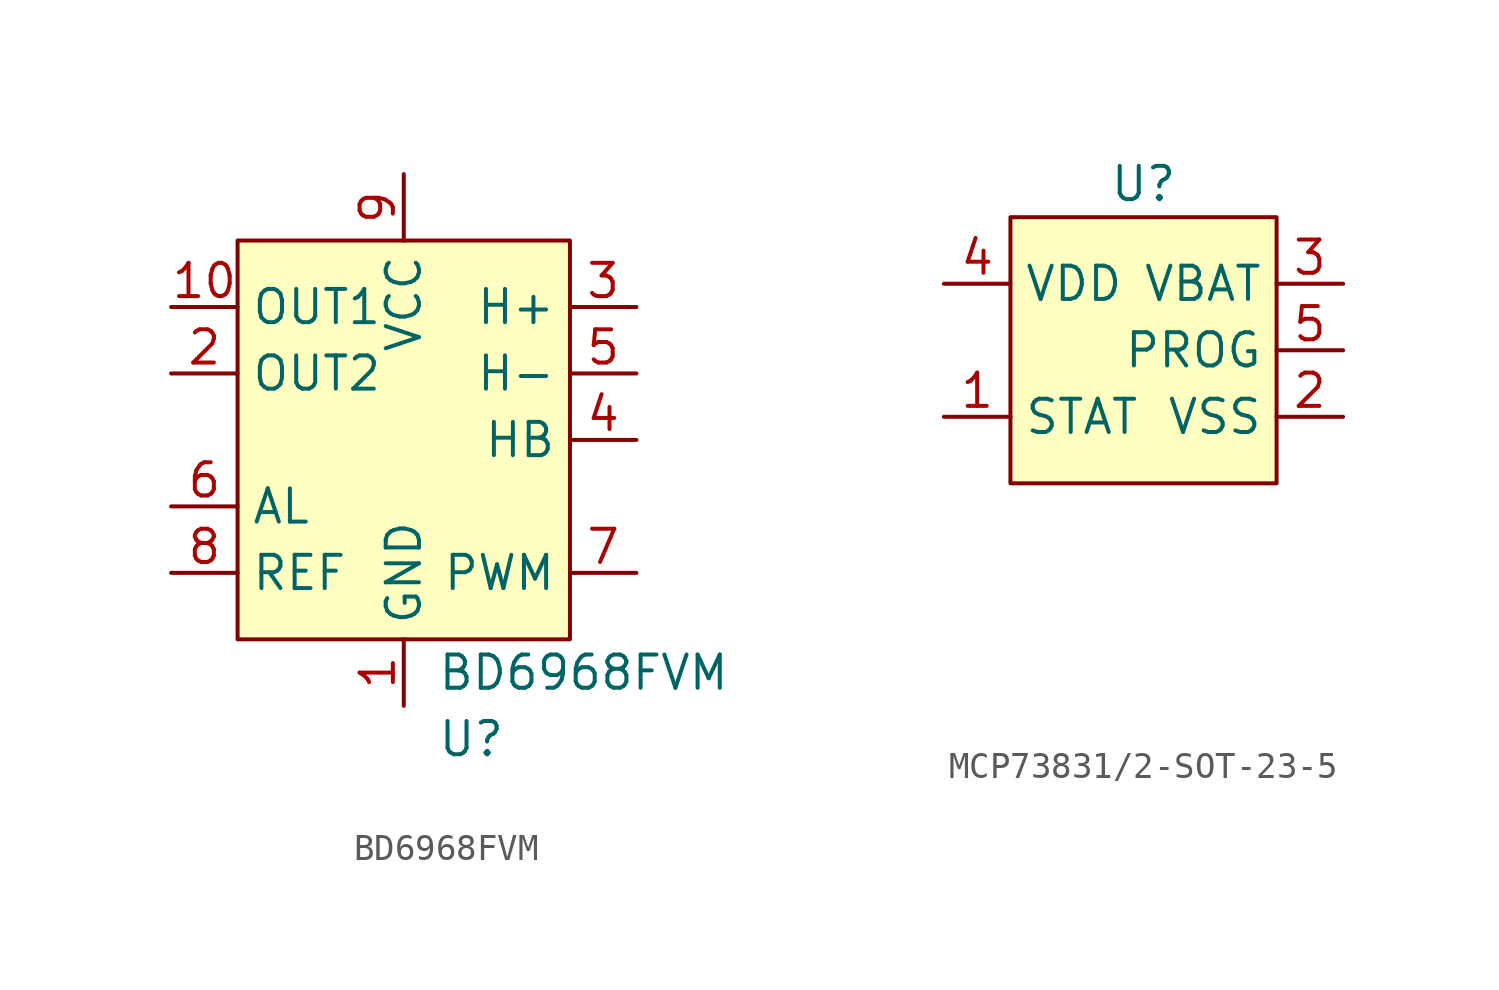
<source format=kicad_sym>
(kicad_symbol_lib
  (version 20220914)
  (generator kicad_symbol_editor)
  (symbol "BD6968FVM"
    (property "Reference" "U"
      (at 1.27 -19.05 0)
      (effects (font (size 1.27 1.27)) (justify left)))
    (property "Value" "BD6968FVM"
      (at 1.27 -16.51 0)
      (effects (font (size 1.27 1.27)) (justify left)))
    (property "populate" ""
      (at 0 0 0)
      (effects (font (size 1.27 1.27))))
    (symbol "BD6968FVM_0_1"
      (rectangle (start -6.35 0) (end 6.35 -15.24) (stroke (width 0) (type default)) (fill (type background))))
    (symbol "BD6968FVM_1_1"
      (pin passive line (at 0 -17.78 90) (length 2.54) (name "GND" (effects (font (size 1.27 1.27)))) (number "1" (effects (font (size 1.27 1.27)))))
      (pin output line (at -8.89 -2.54 0) (length 2.54) (name "OUT1" (effects (font (size 1.27 1.27)))) (number "10" (effects (font (size 1.27 1.27)))))
      (pin output line (at -8.89 -5.08 0) (length 2.54) (name "OUT2" (effects (font (size 1.27 1.27)))) (number "2" (effects (font (size 1.27 1.27)))))
      (pin input line (at 8.89 -2.54 180) (length 2.54) (name "H+" (effects (font (size 1.27 1.27)))) (number "3" (effects (font (size 1.27 1.27)))))
      (pin output line (at 8.89 -7.62 180) (length 2.54) (name "HB" (effects (font (size 1.27 1.27)))) (number "4" (effects (font (size 1.27 1.27)))))
      (pin input line (at 8.89 -5.08 180) (length 2.54) (name "H-" (effects (font (size 1.27 1.27)))) (number "5" (effects (font (size 1.27 1.27)))))
      (pin output line (at -8.89 -10.16 0) (length 2.54) (name "AL" (effects (font (size 1.27 1.27)))) (number "6" (effects (font (size 1.27 1.27)))))
      (pin input line (at 8.89 -12.7 180) (length 2.54) (name "PWM" (effects (font (size 1.27 1.27)))) (number "7" (effects (font (size 1.27 1.27)))))
      (pin output line (at -8.89 -12.7 0) (length 2.54) (name "REF" (effects (font (size 1.27 1.27)))) (number "8" (effects (font (size 1.27 1.27)))))
      (pin power_in line (at 0 2.54 270) (length 2.54) (name "VCC" (effects (font (size 1.27 1.27)))) (number "9" (effects (font (size 1.27 1.27)))))))
  (symbol "MCP73831/2-SOT-23-5"
    (property "Reference" "U"
      (at 0 3.81 0)
      (effects (font (size 1.27 1.27))))
    (property "Value" ""
      (at -2.54 -15.24 0)
      (effects (font (size 1.27 1.27))))
    (symbol "MCP73831/2-SOT-23-5_0_0"
      (pin output line (at -7.62 -5.08 0) (length 2.54) (name "STAT" (effects (font (size 1.27 1.27)))) (number "1" (effects (font (size 1.27 1.27)))))
      (pin passive line (at 7.62 -5.08 180) (length 2.54) (name "VSS" (effects (font (size 1.27 1.27)))) (number "2" (effects (font (size 1.27 1.27)))))
      (pin power_out line (at 7.62 0 180) (length 2.54) (name "VBAT" (effects (font (size 1.27 1.27)))) (number "3" (effects (font (size 1.27 1.27)))))
      (pin power_in line (at -7.62 0 0) (length 2.54) (name "VDD" (effects (font (size 1.27 1.27)))) (number "4" (effects (font (size 1.27 1.27)))))
      (pin input line (at 7.62 -2.54 180) (length 2.54) (name "PROG" (effects (font (size 1.27 1.27)))) (number "5" (effects (font (size 1.27 1.27))))))
    (symbol "MCP73831/2-SOT-23-5_1_1"
      (rectangle (start -5.08 2.54) (end 5.08 -7.62) (stroke (width 0) (type default)) (fill (type background))))))
</source>
